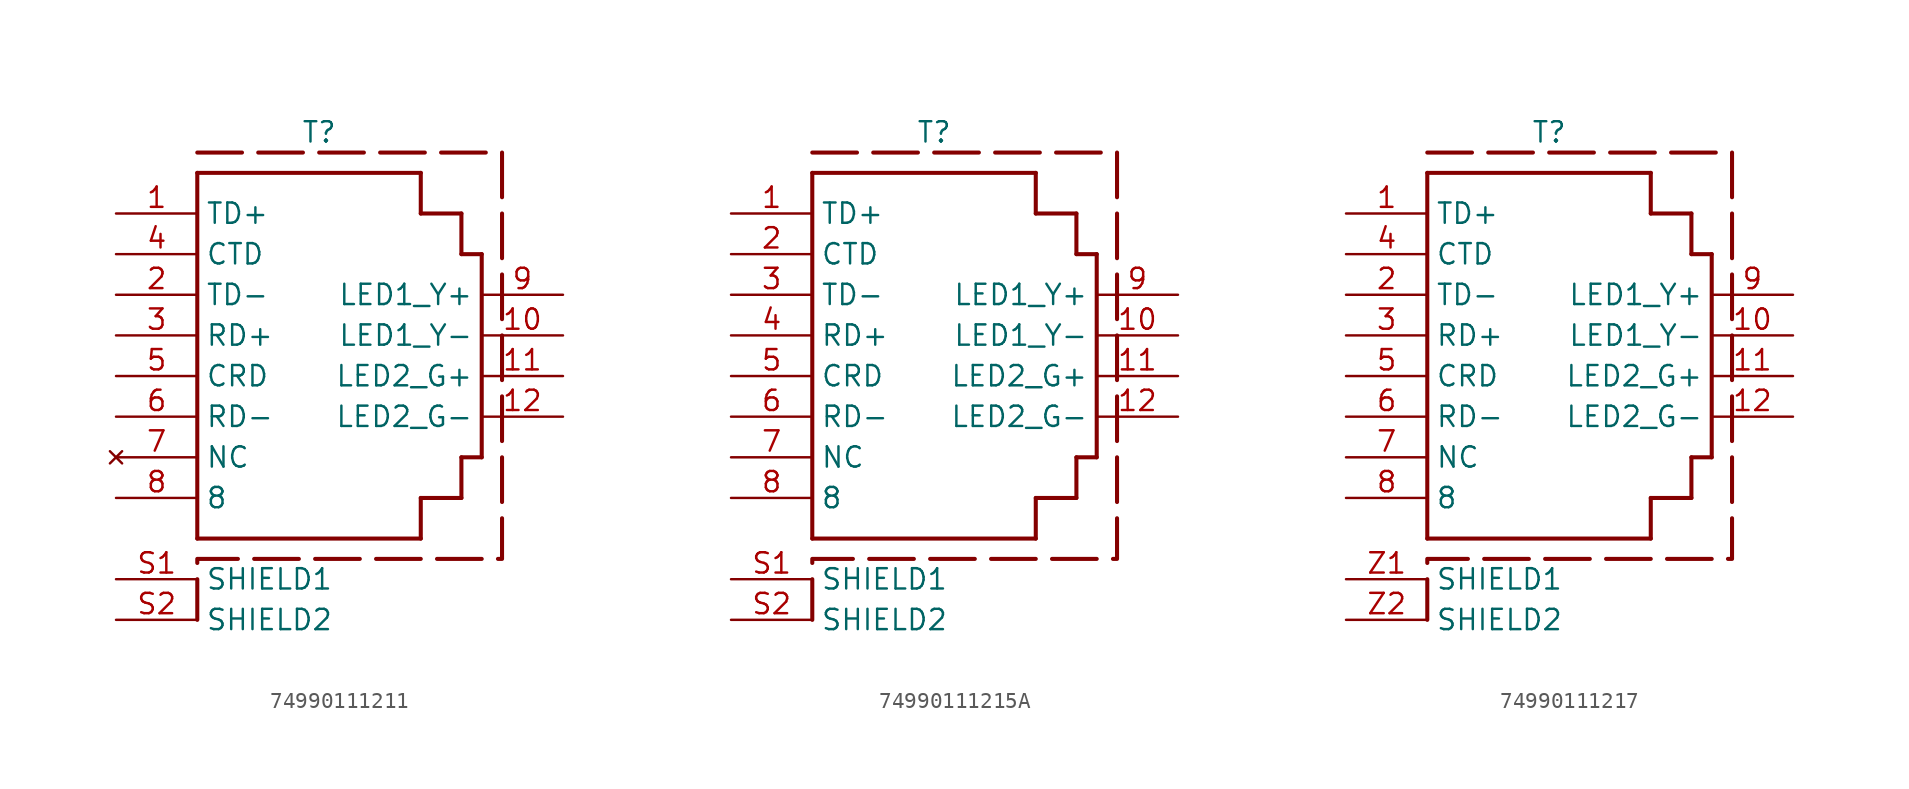
<source format=kicad_sym>
(kicad_symbol_lib
  (version 20220914)
  (generator kicad_symbol_editor)
  (symbol "74990111211"
    (property "Reference" "T"
      (at 0 15.24 0)
      (effects (font (size 1.27 1.27))))
    (property "Critical Parameter" ""
      (at 0 -5.08 0)
      (effects (font (size 1.27 1.27)) (justify left)))
    (symbol "74990111211_0_0"
      (polyline (pts (xy -7.62 -10.16) (xy -7.62 12.7)) (stroke (width 0.254) (type default)) (fill (type none)))
      (polyline (pts (xy -7.62 12.7) (xy 6.35 12.7)) (stroke (width 0.254) (type default)) (fill (type none)))
      (polyline (pts (xy 6.35 -10.16) (xy -7.62 -10.16)) (stroke (width 0.254) (type default)) (fill (type none)))
      (polyline (pts (xy 6.35 -10.16) (xy 6.35 -7.62)) (stroke (width 0.254) (type default)) (fill (type none)))
      (polyline (pts (xy 6.35 -7.62) (xy 8.89 -7.62)) (stroke (width 0.254) (type default)) (fill (type none)))
      (polyline (pts (xy 6.35 10.16) (xy 8.89 10.16)) (stroke (width 0.254) (type default)) (fill (type none)))
      (polyline (pts (xy 6.35 12.7) (xy 6.35 10.16)) (stroke (width 0.254) (type default)) (fill (type none)))
      (polyline (pts (xy 8.89 -7.62) (xy 8.89 -5.08)) (stroke (width 0.254) (type default)) (fill (type none)))
      (polyline (pts (xy 8.89 -5.08) (xy 10.16 -5.08)) (stroke (width 0.254) (type default)) (fill (type none)))
      (polyline (pts (xy 8.89 7.62) (xy 10.16 7.62)) (stroke (width 0.254) (type default)) (fill (type none)))
      (polyline (pts (xy 8.89 10.16) (xy 8.89 7.62)) (stroke (width 0.254) (type default)) (fill (type none)))
      (polyline (pts (xy 10.16 7.62) (xy 10.16 -5.08)) (stroke (width 0.254) (type default)) (fill (type none)))
      (pin passive line (at -12.7 5.08 0) (length 5.08) (name "TD-" (effects (font (size 1.27 1.27)))) (number "2" (effects (font (size 1.27 1.27)))))
      (pin passive line (at -12.7 2.54 0) (length 5.08) (name "RD+" (effects (font (size 1.27 1.27)))) (number "3" (effects (font (size 1.27 1.27)))))
      (pin passive line (at -12.7 7.62 0) (length 5.08) (name "CTD" (effects (font (size 1.27 1.27)))) (number "4" (effects (font (size 1.27 1.27)))))
      (pin passive line (at -12.7 0 0) (length 5.08) (name "CRD" (effects (font (size 1.27 1.27)))) (number "5" (effects (font (size 1.27 1.27)))))
      (pin passive line (at -12.7 -2.54 0) (length 5.08) (name "RD-" (effects (font (size 1.27 1.27)))) (number "6" (effects (font (size 1.27 1.27)))))
      (pin passive line (at -12.7 -7.62 0) (length 5.08) (name "8" (effects (font (size 1.27 1.27)))) (number "8" (effects (font (size 1.27 1.27)))))
      (pin passive line (at -12.7 -12.7 0) (length 5.08) (name "SHIELD1" (effects (font (size 1.27 1.27)))) (number "S1" (effects (font (size 1.27 1.27)))))
      (pin passive line (at -12.7 -15.24 0) (length 5.08) (name "SHIELD2" (effects (font (size 1.27 1.27)))) (number "S2" (effects (font (size 1.27 1.27))))))
    (symbol "74990111211_1_0"
      (pin passive line (at -12.7 10.16 0) (length 5.08) (name "TD+" (effects (font (size 1.27 1.27)))) (number "1" (effects (font (size 1.27 1.27)))))
      (pin passive line (at 15.24 2.54 180) (length 5.08) (name "LED1_Y-" (effects (font (size 1.27 1.27)))) (number "10" (effects (font (size 1.27 1.27)))))
      (pin passive line (at 15.24 0 180) (length 5.08) (name "LED2_G+" (effects (font (size 1.27 1.27)))) (number "11" (effects (font (size 1.27 1.27)))))
      (pin passive line (at 15.24 -2.54 180) (length 5.08) (name "LED2_G-" (effects (font (size 1.27 1.27)))) (number "12" (effects (font (size 1.27 1.27)))))
      (pin no_connect line (at -12.7 -5.08 0) (length 5.08) (name "NC" (effects (font (size 1.27 1.27)))) (number "7" (effects (font (size 1.27 1.27)))))
      (pin passive line (at 15.24 5.08 180) (length 5.08) (name "LED1_Y+" (effects (font (size 1.27 1.27)))) (number "9" (effects (font (size 1.27 1.27))))))
    (symbol "74990111211_1_1"
      (polyline (pts (xy -7.62 13.97) (xy 11.43 13.97) (xy 11.43 -11.43) (xy -7.62 -11.43) (xy -7.62 -15.24)) (stroke (width 0.254) (type dash)) (fill (type none)))))
  (symbol "74990111215A"
    (property "Reference" "T"
      (at 0 15.24 0)
      (effects (font (size 1.27 1.27))))
    (property "Critical Parameter" ""
      (at 0 -5.08 0)
      (effects (font (size 1.27 1.27)) (justify left)))
    (symbol "74990111215A_0_0"
      (polyline (pts (xy -7.62 -10.16) (xy -7.62 12.7)) (stroke (width 0.254) (type default)) (fill (type none)))
      (polyline (pts (xy -7.62 12.7) (xy 6.35 12.7)) (stroke (width 0.254) (type default)) (fill (type none)))
      (polyline (pts (xy 6.35 -10.16) (xy -7.62 -10.16)) (stroke (width 0.254) (type default)) (fill (type none)))
      (polyline (pts (xy 6.35 -10.16) (xy 6.35 -7.62)) (stroke (width 0.254) (type default)) (fill (type none)))
      (polyline (pts (xy 6.35 -7.62) (xy 8.89 -7.62)) (stroke (width 0.254) (type default)) (fill (type none)))
      (polyline (pts (xy 6.35 10.16) (xy 8.89 10.16)) (stroke (width 0.254) (type default)) (fill (type none)))
      (polyline (pts (xy 6.35 12.7) (xy 6.35 10.16)) (stroke (width 0.254) (type default)) (fill (type none)))
      (polyline (pts (xy 8.89 -7.62) (xy 8.89 -5.08)) (stroke (width 0.254) (type default)) (fill (type none)))
      (polyline (pts (xy 8.89 -5.08) (xy 10.16 -5.08)) (stroke (width 0.254) (type default)) (fill (type none)))
      (polyline (pts (xy 8.89 7.62) (xy 10.16 7.62)) (stroke (width 0.254) (type default)) (fill (type none)))
      (polyline (pts (xy 8.89 10.16) (xy 8.89 7.62)) (stroke (width 0.254) (type default)) (fill (type none)))
      (polyline (pts (xy 10.16 7.62) (xy 10.16 -5.08)) (stroke (width 0.254) (type default)) (fill (type none)))
      (pin passive line (at -12.7 10.16 0) (length 5.08) (name "TD+" (effects (font (size 1.27 1.27)))) (number "1" (effects (font (size 1.27 1.27)))))
      (pin passive line (at -12.7 7.62 0) (length 5.08) (name "CTD" (effects (font (size 1.27 1.27)))) (number "2" (effects (font (size 1.27 1.27)))))
      (pin passive line (at -12.7 5.08 0) (length 5.08) (name "TD-" (effects (font (size 1.27 1.27)))) (number "3" (effects (font (size 1.27 1.27)))))
      (pin passive line (at -12.7 2.54 0) (length 5.08) (name "RD+" (effects (font (size 1.27 1.27)))) (number "4" (effects (font (size 1.27 1.27)))))
      (pin passive line (at -12.7 0 0) (length 5.08) (name "CRD" (effects (font (size 1.27 1.27)))) (number "5" (effects (font (size 1.27 1.27)))))
      (pin passive line (at -12.7 -2.54 0) (length 5.08) (name "RD-" (effects (font (size 1.27 1.27)))) (number "6" (effects (font (size 1.27 1.27)))))
      (pin passive line (at -12.7 -5.08 0) (length 5.08) (name "NC" (effects (font (size 1.27 1.27)))) (number "7" (effects (font (size 1.27 1.27)))))
      (pin passive line (at -12.7 -7.62 0) (length 5.08) (name "8" (effects (font (size 1.27 1.27)))) (number "8" (effects (font (size 1.27 1.27)))))
      (pin passive line (at -12.7 -12.7 0) (length 5.08) (name "SHIELD1" (effects (font (size 1.27 1.27)))) (number "S1" (effects (font (size 1.27 1.27)))))
      (pin passive line (at -12.7 -15.24 0) (length 5.08) (name "SHIELD2" (effects (font (size 1.27 1.27)))) (number "S2" (effects (font (size 1.27 1.27))))))
    (symbol "74990111215A_1_0"
      (pin passive line (at 15.24 2.54 180) (length 5.08) (name "LED1_Y-" (effects (font (size 1.27 1.27)))) (number "10" (effects (font (size 1.27 1.27)))))
      (pin passive line (at 15.24 0 180) (length 5.08) (name "LED2_G+" (effects (font (size 1.27 1.27)))) (number "11" (effects (font (size 1.27 1.27)))))
      (pin passive line (at 15.24 -2.54 180) (length 5.08) (name "LED2_G-" (effects (font (size 1.27 1.27)))) (number "12" (effects (font (size 1.27 1.27)))))
      (pin passive line (at 15.24 5.08 180) (length 5.08) (name "LED1_Y+" (effects (font (size 1.27 1.27)))) (number "9" (effects (font (size 1.27 1.27))))))
    (symbol "74990111215A_1_1"
      (polyline (pts (xy -7.62 13.97) (xy 11.43 13.97) (xy 11.43 -11.43) (xy -7.62 -11.43) (xy -7.62 -15.24)) (stroke (width 0.254) (type dash)) (fill (type none)))))
  (symbol "74990111217"
    (property "Reference" "T"
      (at 0 15.24 0)
      (effects (font (size 1.27 1.27))))
    (property "Critical Parameter" ""
      (at 0 -5.08 0)
      (effects (font (size 1.27 1.27)) (justify left)))
    (symbol "74990111217_0_0"
      (polyline (pts (xy -7.62 -10.16) (xy -7.62 12.7)) (stroke (width 0.254) (type default)) (fill (type none)))
      (polyline (pts (xy -7.62 12.7) (xy 6.35 12.7)) (stroke (width 0.254) (type default)) (fill (type none)))
      (polyline (pts (xy 6.35 -10.16) (xy -7.62 -10.16)) (stroke (width 0.254) (type default)) (fill (type none)))
      (polyline (pts (xy 6.35 -10.16) (xy 6.35 -7.62)) (stroke (width 0.254) (type default)) (fill (type none)))
      (polyline (pts (xy 6.35 -7.62) (xy 8.89 -7.62)) (stroke (width 0.254) (type default)) (fill (type none)))
      (polyline (pts (xy 6.35 10.16) (xy 8.89 10.16)) (stroke (width 0.254) (type default)) (fill (type none)))
      (polyline (pts (xy 6.35 12.7) (xy 6.35 10.16)) (stroke (width 0.254) (type default)) (fill (type none)))
      (polyline (pts (xy 8.89 -7.62) (xy 8.89 -5.08)) (stroke (width 0.254) (type default)) (fill (type none)))
      (polyline (pts (xy 8.89 -5.08) (xy 10.16 -5.08)) (stroke (width 0.254) (type default)) (fill (type none)))
      (polyline (pts (xy 8.89 7.62) (xy 10.16 7.62)) (stroke (width 0.254) (type default)) (fill (type none)))
      (polyline (pts (xy 8.89 10.16) (xy 8.89 7.62)) (stroke (width 0.254) (type default)) (fill (type none)))
      (polyline (pts (xy 10.16 7.62) (xy 10.16 -5.08)) (stroke (width 0.254) (type default)) (fill (type none)))
      (pin passive line (at -12.7 10.16 0) (length 5.08) (name "TD+" (effects (font (size 1.27 1.27)))) (number "1" (effects (font (size 1.27 1.27)))))
      (pin passive line (at -12.7 5.08 0) (length 5.08) (name "TD-" (effects (font (size 1.27 1.27)))) (number "2" (effects (font (size 1.27 1.27)))))
      (pin passive line (at -12.7 2.54 0) (length 5.08) (name "RD+" (effects (font (size 1.27 1.27)))) (number "3" (effects (font (size 1.27 1.27)))))
      (pin passive line (at -12.7 7.62 0) (length 5.08) (name "CTD" (effects (font (size 1.27 1.27)))) (number "4" (effects (font (size 1.27 1.27)))))
      (pin passive line (at -12.7 0 0) (length 5.08) (name "CRD" (effects (font (size 1.27 1.27)))) (number "5" (effects (font (size 1.27 1.27)))))
      (pin passive line (at -12.7 -2.54 0) (length 5.08) (name "RD-" (effects (font (size 1.27 1.27)))) (number "6" (effects (font (size 1.27 1.27)))))
      (pin passive line (at -12.7 -5.08 0) (length 5.08) (name "NC" (effects (font (size 1.27 1.27)))) (number "7" (effects (font (size 1.27 1.27)))))
      (pin passive line (at -12.7 -7.62 0) (length 5.08) (name "8" (effects (font (size 1.27 1.27)))) (number "8" (effects (font (size 1.27 1.27)))))
      (pin passive line (at -12.7 -12.7 0) (length 5.08) (name "SHIELD1" (effects (font (size 1.27 1.27)))) (number "Z1" (effects (font (size 1.27 1.27)))))
      (pin passive line (at -12.7 -15.24 0) (length 5.08) (name "SHIELD2" (effects (font (size 1.27 1.27)))) (number "Z2" (effects (font (size 1.27 1.27))))))
    (symbol "74990111217_1_0"
      (pin passive line (at 15.24 2.54 180) (length 5.08) (name "LED1_Y-" (effects (font (size 1.27 1.27)))) (number "10" (effects (font (size 1.27 1.27)))))
      (pin passive line (at 15.24 0 180) (length 5.08) (name "LED2_G+" (effects (font (size 1.27 1.27)))) (number "11" (effects (font (size 1.27 1.27)))))
      (pin passive line (at 15.24 -2.54 180) (length 5.08) (name "LED2_G-" (effects (font (size 1.27 1.27)))) (number "12" (effects (font (size 1.27 1.27)))))
      (pin passive line (at 15.24 5.08 180) (length 5.08) (name "LED1_Y+" (effects (font (size 1.27 1.27)))) (number "9" (effects (font (size 1.27 1.27))))))
    (symbol "74990111217_1_1"
      (polyline (pts (xy -7.62 13.97) (xy 11.43 13.97) (xy 11.43 -11.43) (xy -7.62 -11.43) (xy -7.62 -15.24)) (stroke (width 0.254) (type dash)) (fill (type none))))))
</source>
